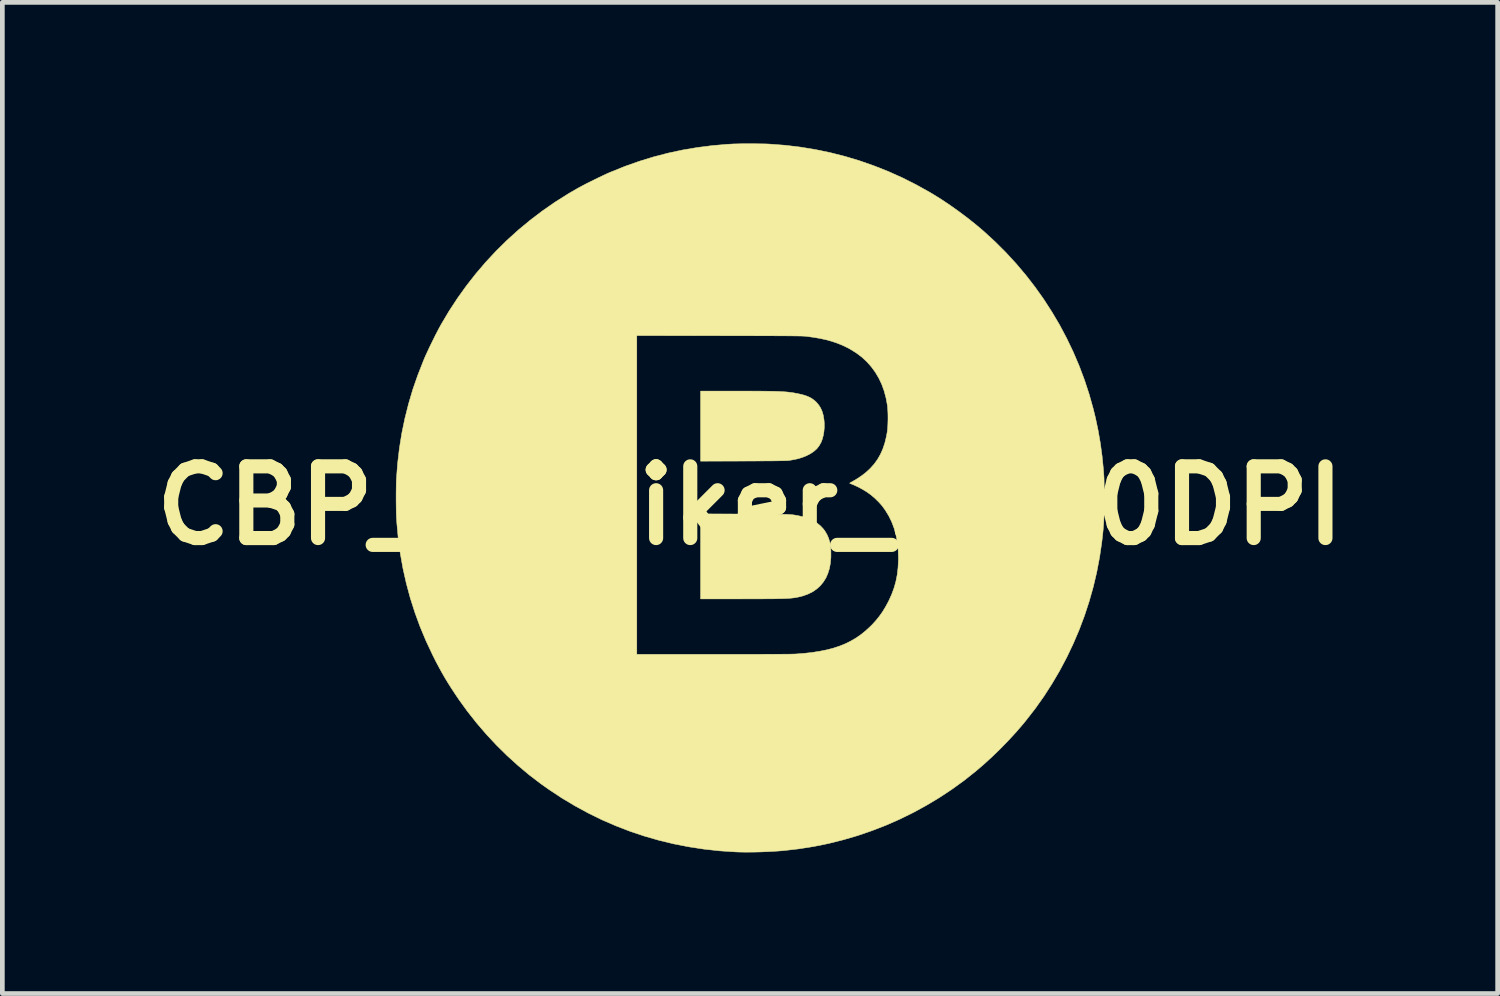
<source format=kicad_pcb>
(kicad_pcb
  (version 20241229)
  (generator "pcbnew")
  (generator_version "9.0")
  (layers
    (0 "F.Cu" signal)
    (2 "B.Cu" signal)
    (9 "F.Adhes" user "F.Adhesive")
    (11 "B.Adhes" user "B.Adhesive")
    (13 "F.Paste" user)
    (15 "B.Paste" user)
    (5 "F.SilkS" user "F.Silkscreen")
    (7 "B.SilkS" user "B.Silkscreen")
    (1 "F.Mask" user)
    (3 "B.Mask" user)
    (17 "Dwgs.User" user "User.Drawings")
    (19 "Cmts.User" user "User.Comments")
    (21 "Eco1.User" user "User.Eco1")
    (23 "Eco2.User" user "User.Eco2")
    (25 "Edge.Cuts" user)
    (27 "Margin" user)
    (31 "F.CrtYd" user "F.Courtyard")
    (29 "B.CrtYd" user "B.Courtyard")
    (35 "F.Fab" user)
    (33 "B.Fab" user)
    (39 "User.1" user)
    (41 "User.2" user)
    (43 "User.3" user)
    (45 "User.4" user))
  (footprint "CBP_Moniker_3600DPI"
    (layer "F.Cu")
    (at 12.889 7.695)
    (property "Reference" "CBP_Moniker_3600DPI" (at 0 0 0) (layer "F.SilkS") (effects (font (size 1.524 1.524) (thickness 0.3))))
    (attr through_hole)
    (fp_poly (pts (xy -0.277 -2.434) (xy -0.134 -2.434) (xy -0.005 -2.434) (xy 0.113 -2.433) (xy 0.218 -2.433) (xy 0.314 -2.432) (xy 0.399 -2.431) (xy 0.476 -2.43) (xy 0.545 -2.428) (xy 0.607 -2.426) (xy 0.662 -2.423) (xy 0.713 -2.42) (xy 0.759 -2.417) (xy 0.801 -2.413) (xy 0.842 -2.408) (xy 0.88 -2.403) (xy 0.917 -2.398) (xy 0.955 -2.391) (xy 0.993 -2.384) (xy 1.009 -2.381) (xy 1.096 -2.362) (xy 1.171 -2.341) (xy 1.236 -2.316) (xy 1.293 -2.288) (xy 1.343 -2.255) (xy 1.389 -2.217) (xy 1.405 -2.202) (xy 1.457 -2.142) (xy 1.5 -2.075) (xy 1.533 -2.001) (xy 1.557 -1.918) (xy 1.572 -1.825) (xy 1.578 -1.757) (xy 1.579 -1.671) (xy 1.572 -1.584) (xy 1.559 -1.5) (xy 1.539 -1.422) (xy 1.514 -1.353) (xy 1.506 -1.337) (xy 1.467 -1.269) (xy 1.42 -1.209) (xy 1.362 -1.157) (xy 1.293 -1.109) (xy 1.231 -1.076) (xy 1.165 -1.045) (xy 1.097 -1.02) (xy 1.025 -0.998) (xy 0.945 -0.98) (xy 0.856 -0.964) (xy 0.822 -0.959) (xy 0.808 -0.957) (xy 0.785 -0.956) (xy 0.753 -0.955) (xy 0.712 -0.954) (xy 0.66 -0.953) (xy 0.597 -0.952) (xy 0.523 -0.951) (xy 0.438 -0.95) (xy 0.341 -0.95) (xy 0.231 -0.949) (xy 0.109 -0.948) (xy -0.027 -0.948) (xy -0.143 -0.947) (xy -1.051 -0.945) (xy -1.051 -2.434) (xy -0.277 -2.434)) (stroke (width 0.01) (type solid)) (fill yes) (layer "F.SilkS"))
    (fp_poly (pts (xy -0.125 0.179) (xy 0.011 0.179) (xy 0.134 0.179) (xy 0.245 0.18) (xy 0.344 0.18) (xy 0.432 0.181) (xy 0.51 0.181) (xy 0.579 0.182) (xy 0.64 0.183) (xy 0.693 0.184) (xy 0.739 0.185) (xy 0.779 0.186) (xy 0.815 0.188) (xy 0.846 0.19) (xy 0.873 0.192) (xy 0.898 0.194) (xy 0.922 0.197) (xy 0.944 0.2) (xy 0.966 0.204) (xy 0.989 0.207) (xy 1.013 0.212) (xy 1.132 0.238) (xy 1.24 0.273) (xy 1.337 0.317) (xy 1.424 0.37) (xy 1.499 0.432) (xy 1.564 0.502) (xy 1.593 0.542) (xy 1.637 0.617) (xy 1.671 0.695) (xy 1.696 0.78) (xy 1.712 0.872) (xy 1.719 0.97) (xy 1.719 1.101) (xy 1.708 1.224) (xy 1.687 1.338) (xy 1.654 1.442) (xy 1.612 1.538) (xy 1.558 1.624) (xy 1.494 1.702) (xy 1.42 1.769) (xy 1.336 1.828) (xy 1.241 1.876) (xy 1.136 1.915) (xy 1.083 1.93) (xy 1.054 1.937) (xy 1.026 1.943) (xy 0.998 1.949) (xy 0.968 1.954) (xy 0.937 1.959) (xy 0.904 1.963) (xy 0.867 1.967) (xy 0.826 1.97) (xy 0.78 1.973) (xy 0.728 1.975) (xy 0.67 1.977) (xy 0.604 1.978) (xy 0.53 1.98) (xy 0.447 1.981) (xy 0.355 1.981) (xy 0.252 1.982) (xy 0.137 1.982) (xy 0.011 1.982) (xy -0.129 1.982) (xy -0.196 1.983) (xy -1.051 1.983) (xy -1.051 0.176) (xy -0.125 0.179)) (stroke (width 0.01) (type solid)) (fill yes) (layer "F.SilkS"))
    (fp_poly (pts (xy 0.097 -7.69) (xy 0.177 -7.689) (xy 0.252 -7.688) (xy 0.32 -7.687) (xy 0.378 -7.685) (xy 0.417 -7.683) (xy 0.746 -7.658) (xy 1.071 -7.619) (xy 1.393 -7.566) (xy 1.711 -7.5) (xy 2.025 -7.42) (xy 2.334 -7.327) (xy 2.639 -7.22) (xy 2.94 -7.101) (xy 3.236 -6.968) (xy 3.526 -6.822) (xy 3.812 -6.663) (xy 3.873 -6.627) (xy 4.062 -6.51) (xy 4.253 -6.382) (xy 4.444 -6.246) (xy 4.632 -6.105) (xy 4.813 -5.96) (xy 4.965 -5.831) (xy 5.204 -5.612) (xy 5.433 -5.384) (xy 5.652 -5.146) (xy 5.86 -4.9) (xy 6.057 -4.646) (xy 6.243 -4.384) (xy 6.417 -4.114) (xy 6.58 -3.838) (xy 6.73 -3.555) (xy 6.869 -3.265) (xy 6.995 -2.97) (xy 7.108 -2.669) (xy 7.208 -2.364) (xy 7.295 -2.053) (xy 7.341 -1.866) (xy 7.398 -1.596) (xy 7.445 -1.325) (xy 7.482 -1.052) (xy 7.51 -0.772) (xy 7.521 -0.617) (xy 7.523 -0.587) (xy 7.524 -0.544) (xy 7.525 -0.491) (xy 7.526 -0.43) (xy 7.527 -0.364) (xy 7.528 -0.293) (xy 7.528 -0.22) (xy 7.528 -0.166) (xy 7.528 -0.045) (xy 7.527 0.064) (xy 7.525 0.164) (xy 7.521 0.257) (xy 7.517 0.345) (xy 7.511 0.432) (xy 7.504 0.52) (xy 7.495 0.61) (xy 7.484 0.705) (xy 7.475 0.783) (xy 7.428 1.101) (xy 7.368 1.416) (xy 7.294 1.729) (xy 7.207 2.037) (xy 7.107 2.342) (xy 6.994 2.642) (xy 6.868 2.937) (xy 6.73 3.226) (xy 6.58 3.509) (xy 6.417 3.786) (xy 6.244 4.055) (xy 6.058 4.317) (xy 5.861 4.57) (xy 5.807 4.636) (xy 5.656 4.812) (xy 5.494 4.988) (xy 5.324 5.163) (xy 5.149 5.333) (xy 4.972 5.495) (xy 4.805 5.638) (xy 4.554 5.838) (xy 4.294 6.026) (xy 4.027 6.203) (xy 3.752 6.368) (xy 3.471 6.522) (xy 3.184 6.663) (xy 2.891 6.792) (xy 2.592 6.908) (xy 2.289 7.012) (xy 1.982 7.102) (xy 1.671 7.18) (xy 1.356 7.244) (xy 1.039 7.294) (xy 0.72 7.331) (xy 0.688 7.334) (xy 0.582 7.342) (xy 0.468 7.349) (xy 0.348 7.355) (xy 0.225 7.36) (xy 0.103 7.363) (xy -0.017 7.364) (xy -0.131 7.364) (xy -0.236 7.362) (xy -0.312 7.359) (xy -0.644 7.337) (xy -0.972 7.301) (xy -1.295 7.252) (xy -1.615 7.19) (xy -1.93 7.114) (xy -2.24 7.025) (xy -2.546 6.923) (xy -2.847 6.807) (xy -3.143 6.679) (xy -3.433 6.537) (xy -3.719 6.382) (xy -3.998 6.215) (xy -4.272 6.034) (xy -4.443 5.913) (xy -4.691 5.724) (xy -4.931 5.523) (xy -5.165 5.311) (xy -5.39 5.089) (xy -5.606 4.857) (xy -5.812 4.617) (xy -6.008 4.369) (xy -6.192 4.114) (xy -6.268 4.001) (xy -6.347 3.881) (xy -6.419 3.767) (xy -6.486 3.657) (xy -6.549 3.547) (xy -6.611 3.434) (xy -6.674 3.315) (xy -6.739 3.186) (xy -6.748 3.168) (xy -6.751 3.161) (xy -2.406 3.161) (xy -0.781 3.161) (xy -0.594 3.161) (xy -0.415 3.161) (xy -0.245 3.161) (xy -0.085 3.16) (xy 0.065 3.16) (xy 0.205 3.16) (xy 0.334 3.159) (xy 0.453 3.159) (xy 0.56 3.158) (xy 0.655 3.158) (xy 0.739 3.157) (xy 0.81 3.157) (xy 0.868 3.156) (xy 0.913 3.155) (xy 0.944 3.154) (xy 0.96 3.154) (xy 1.144 3.14) (xy 1.316 3.121) (xy 1.476 3.096) (xy 1.626 3.066) (xy 1.766 3.03) (xy 1.897 2.987) (xy 2.02 2.938) (xy 2.136 2.881) (xy 2.246 2.817) (xy 2.35 2.746) (xy 2.45 2.666) (xy 2.546 2.578) (xy 2.593 2.532) (xy 2.675 2.442) (xy 2.748 2.352) (xy 2.814 2.259) (xy 2.876 2.158) (xy 2.936 2.048) (xy 2.953 2.014) (xy 3.013 1.88) (xy 3.062 1.746) (xy 3.1 1.61) (xy 3.128 1.469) (xy 3.145 1.323) (xy 3.153 1.168) (xy 3.154 1.108) (xy 3.148 0.939) (xy 3.131 0.779) (xy 3.102 0.626) (xy 3.062 0.481) (xy 3.01 0.344) (xy 2.946 0.214) (xy 2.87 0.091) (xy 2.812 0.011) (xy 2.779 -0.028) (xy 2.739 -0.072) (xy 2.693 -0.118) (xy 2.646 -0.163) (xy 2.599 -0.203) (xy 2.558 -0.237) (xy 2.556 -0.238) (xy 2.477 -0.294) (xy 2.389 -0.347) (xy 2.296 -0.397) (xy 2.203 -0.44) (xy 2.175 -0.451) (xy 2.149 -0.462) (xy 2.129 -0.47) (xy 2.118 -0.476) (xy 2.117 -0.477) (xy 2.122 -0.481) (xy 2.138 -0.49) (xy 2.161 -0.504) (xy 2.182 -0.515) (xy 2.281 -0.574) (xy 2.369 -0.633) (xy 2.448 -0.693) (xy 2.52 -0.757) (xy 2.554 -0.79) (xy 2.637 -0.882) (xy 2.709 -0.981) (xy 2.771 -1.089) (xy 2.823 -1.206) (xy 2.865 -1.332) (xy 2.898 -1.468) (xy 2.915 -1.561) (xy 2.922 -1.616) (xy 2.927 -1.682) (xy 2.93 -1.754) (xy 2.932 -1.831) (xy 2.932 -1.909) (xy 2.93 -1.983) (xy 2.926 -2.052) (xy 2.921 -2.111) (xy 2.919 -2.131) (xy 2.89 -2.288) (xy 2.85 -2.437) (xy 2.799 -2.578) (xy 2.736 -2.711) (xy 2.662 -2.835) (xy 2.577 -2.951) (xy 2.482 -3.058) (xy 2.376 -3.156) (xy 2.259 -3.244) (xy 2.132 -3.323) (xy 2.067 -3.358) (xy 1.96 -3.409) (xy 1.851 -3.453) (xy 1.738 -3.491) (xy 1.619 -3.524) (xy 1.492 -3.552) (xy 1.354 -3.576) (xy 1.206 -3.596) (xy 1.195 -3.598) (xy 1.182 -3.599) (xy 1.168 -3.6) (xy 1.151 -3.601) (xy 1.132 -3.602) (xy 1.109 -3.603) (xy 1.083 -3.604) (xy 1.052 -3.604) (xy 1.016 -3.605) (xy 0.975 -3.606) (xy 0.928 -3.606) (xy 0.874 -3.607) (xy 0.813 -3.607) (xy 0.745 -3.608) (xy 0.668 -3.608) (xy 0.583 -3.608) (xy 0.488 -3.609) (xy 0.384 -3.609) (xy 0.269 -3.609) (xy 0.143 -3.609) (xy 0.006 -3.61) (xy -0.143 -3.61) (xy -0.304 -3.61) (xy -0.479 -3.61) (xy -0.651 -3.611) (xy -2.406 -3.613) (xy -2.406 3.161) (xy -6.751 3.161) (xy -6.886 2.874) (xy -7.011 2.575) (xy -7.122 2.272) (xy -7.22 1.965) (xy -7.304 1.654) (xy -7.375 1.338) (xy -7.432 1.019) (xy -7.476 0.695) (xy -7.506 0.367) (xy -7.514 0.247) (xy -7.516 0.199) (xy -7.518 0.139) (xy -7.519 0.07) (xy -7.52 -0.006) (xy -7.521 -0.087) (xy -7.521 -0.169) (xy -7.521 -0.252) (xy -7.52 -0.332) (xy -7.519 -0.407) (xy -7.518 -0.475) (xy -7.516 -0.533) (xy -7.514 -0.572) (xy -7.489 -0.899) (xy -7.451 -1.221) (xy -7.4 -1.539) (xy -7.335 -1.852) (xy -7.257 -2.162) (xy -7.166 -2.47) (xy -7.06 -2.774) (xy -6.941 -3.077) (xy -6.918 -3.133) (xy -6.89 -3.198) (xy -6.855 -3.272) (xy -6.817 -3.354) (xy -6.776 -3.439) (xy -6.733 -3.526) (xy -6.69 -3.612) (xy -6.648 -3.694) (xy -6.609 -3.769) (xy -6.573 -3.834) (xy -6.565 -3.849) (xy -6.397 -4.132) (xy -6.218 -4.406) (xy -6.028 -4.671) (xy -5.827 -4.928) (xy -5.616 -5.175) (xy -5.395 -5.412) (xy -5.164 -5.64) (xy -4.923 -5.858) (xy -4.673 -6.065) (xy -4.414 -6.262) (xy -4.145 -6.449) (xy -3.868 -6.624) (xy -3.679 -6.734) (xy -3.617 -6.768) (xy -3.544 -6.807) (xy -3.464 -6.849) (xy -3.379 -6.891) (xy -3.292 -6.934) (xy -3.206 -6.976) (xy -3.123 -7.015) (xy -3.047 -7.051) (xy -2.979 -7.081) (xy -2.963 -7.087) (xy -2.662 -7.209) (xy -2.359 -7.316) (xy -2.055 -7.41) (xy -1.747 -7.49) (xy -1.437 -7.557) (xy -1.122 -7.61) (xy -0.803 -7.651) (xy -0.478 -7.679) (xy -0.402 -7.683) (xy -0.354 -7.686) (xy -0.294 -7.687) (xy -0.225 -7.689) (xy -0.149 -7.69) (xy -0.069 -7.69) (xy 0.014 -7.69) (xy 0.097 -7.69)) (stroke (width 0.01) (type solid)) (fill yes) (layer "F.SilkS")))
  (gr_rect
    (start -3 -3)
    (end 28.777 18.064)
    (stroke (width 0.1) (type default))
    (fill no)
    (layer "Edge.Cuts")))
</source>
